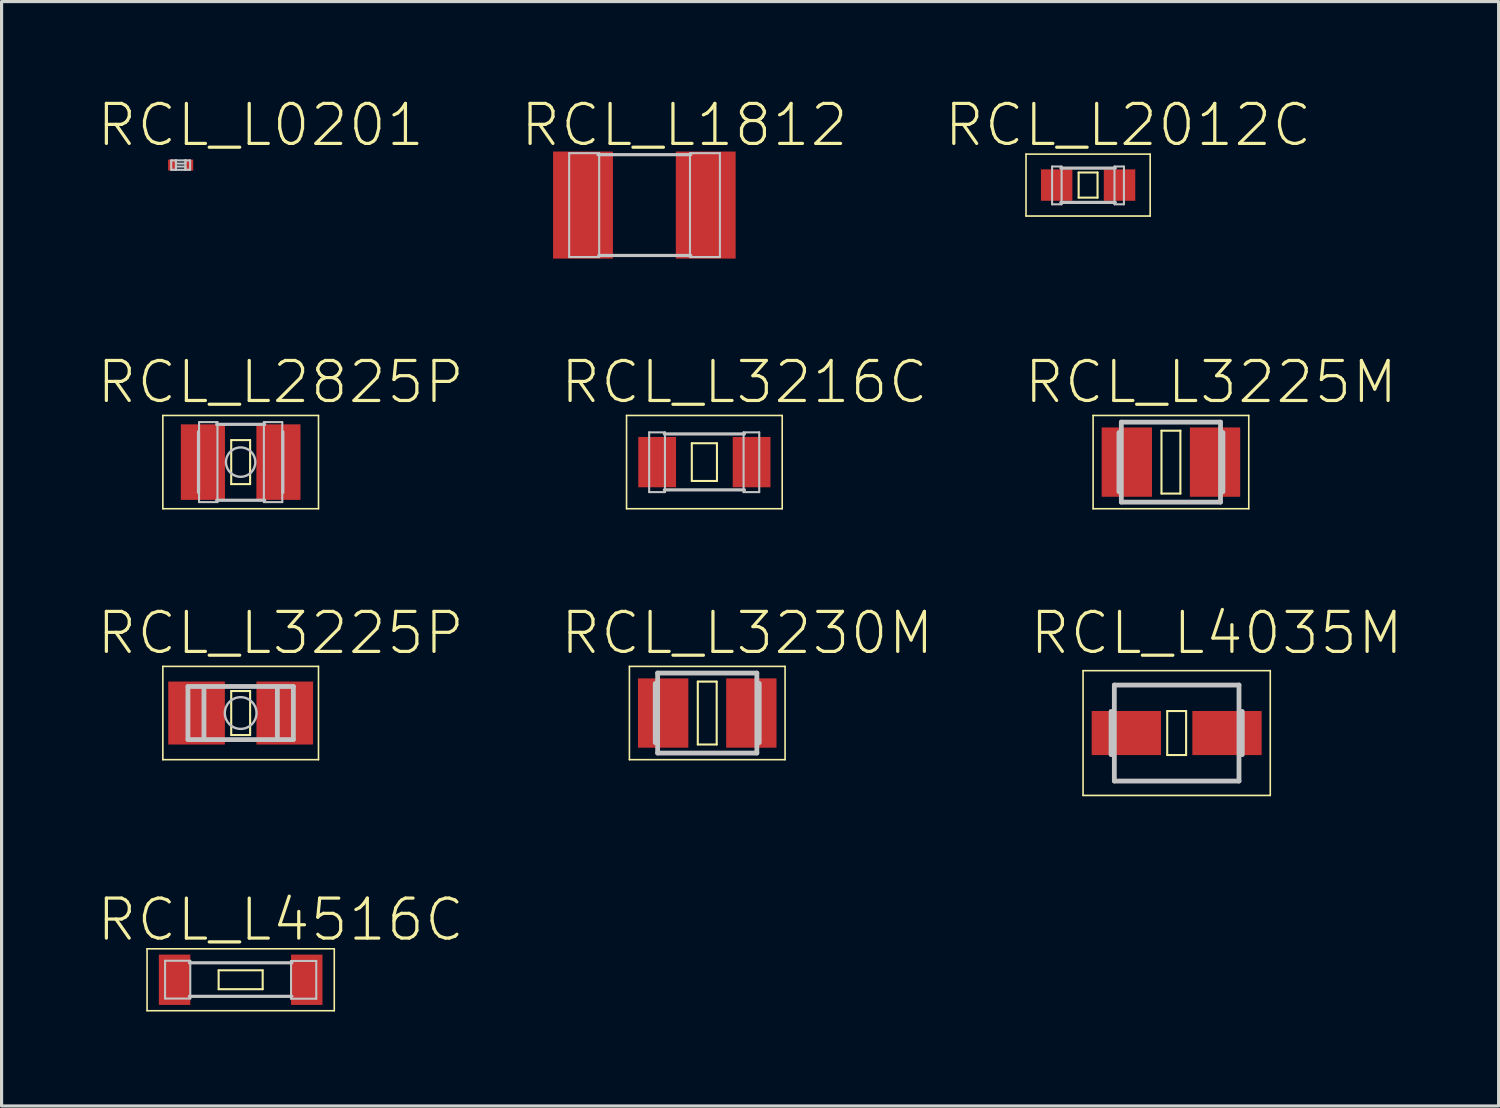
<source format=kicad_pcb>
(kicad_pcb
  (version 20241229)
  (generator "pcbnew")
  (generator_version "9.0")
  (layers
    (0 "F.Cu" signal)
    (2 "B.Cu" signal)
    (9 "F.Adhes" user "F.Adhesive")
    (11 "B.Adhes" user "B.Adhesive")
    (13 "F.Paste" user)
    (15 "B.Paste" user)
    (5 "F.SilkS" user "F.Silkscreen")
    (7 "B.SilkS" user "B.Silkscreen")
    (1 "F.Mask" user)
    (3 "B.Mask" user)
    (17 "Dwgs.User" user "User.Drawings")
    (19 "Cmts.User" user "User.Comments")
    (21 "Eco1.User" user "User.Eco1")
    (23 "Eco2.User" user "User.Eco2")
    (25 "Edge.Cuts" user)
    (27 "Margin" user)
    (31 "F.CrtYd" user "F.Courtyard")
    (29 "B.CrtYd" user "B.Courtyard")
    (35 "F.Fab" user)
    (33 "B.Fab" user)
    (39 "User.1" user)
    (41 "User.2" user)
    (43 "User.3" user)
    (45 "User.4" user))
  (footprint "RCL_L3225M"
    (layer "F.Cu")
    (at 34.127 11.622)
    (property "Reference" "RCL_L3225M" (at 1.27 -2.54 0) (layer "F.SilkS") (effects (font (size 1.27 1.27) (thickness 0.102))))
    (attr smd)
    (fp_line (start -2.471 -1.481) (end 2.471 -1.481) (stroke (width 0.051) (type solid)) (layer "F.SilkS"))
    (fp_line (start -2.471 1.481) (end -2.471 -1.481) (stroke (width 0.051) (type solid)) (layer "F.SilkS"))
    (fp_line (start -0.3 -0.998) (end 0.3 -0.998) (stroke (width 0.066) (type solid)) (layer "F.SilkS"))
    (fp_line (start -0.3 0.998) (end -0.3 -0.998) (stroke (width 0.066) (type solid)) (layer "F.SilkS"))
    (fp_line (start -0.3 0.998) (end 0.3 0.998) (stroke (width 0.066) (type solid)) (layer "F.SilkS"))
    (fp_line (start 0.3 0.998) (end 0.3 -0.998) (stroke (width 0.066) (type solid)) (layer "F.SilkS"))
    (fp_line (start 2.471 -1.481) (end 2.471 1.481) (stroke (width 0.051) (type solid)) (layer "F.SilkS"))
    (fp_line (start 2.471 1.481) (end -2.471 1.481) (stroke (width 0.051) (type solid)) (layer "F.SilkS"))
    (fp_line (start -1.651 -0.94) (end -1.651 0.94) (stroke (width 0.152) (type solid)) (layer "Dwgs.User"))
    (fp_line (start -1.575 -1.27) (end 1.575 -1.27) (stroke (width 0.152) (type solid)) (layer "Dwgs.User"))
    (fp_line (start -1.575 1.27) (end -1.575 -1.27) (stroke (width 0.152) (type solid)) (layer "Dwgs.User"))
    (fp_line (start 1.575 -1.27) (end 1.575 1.27) (stroke (width 0.152) (type solid)) (layer "Dwgs.User"))
    (fp_line (start 1.575 1.27) (end -1.575 1.27) (stroke (width 0.152) (type solid)) (layer "Dwgs.User"))
    (fp_line (start 1.651 -0.94) (end 1.651 0.94) (stroke (width 0.152) (type solid)) (layer "Dwgs.User"))
    (pad "1" smd rect (at -1.4 0) (size 1.598 2.2) (layers "F.Cu" "F.Mask" "F.Paste"))
    (pad "2" smd rect (at 1.4 0) (size 1.598 2.2) (layers "F.Cu" "F.Mask" "F.Paste")))
  (footprint "RCL_L3230M"
    (layer "F.Cu")
    (at 19.405 19.589)
    (property "Reference" "RCL_L3230M" (at 1.27 -2.54 0) (layer "F.SilkS") (effects (font (size 1.27 1.27) (thickness 0.102))))
    (attr smd)
    (fp_line (start -2.471 -1.481) (end 2.471 -1.481) (stroke (width 0.051) (type solid)) (layer "F.SilkS"))
    (fp_line (start -2.471 1.481) (end -2.471 -1.481) (stroke (width 0.051) (type solid)) (layer "F.SilkS"))
    (fp_line (start -0.3 -0.998) (end 0.3 -0.998) (stroke (width 0.066) (type solid)) (layer "F.SilkS"))
    (fp_line (start -0.3 0.998) (end -0.3 -0.998) (stroke (width 0.066) (type solid)) (layer "F.SilkS"))
    (fp_line (start -0.3 0.998) (end 0.3 0.998) (stroke (width 0.066) (type solid)) (layer "F.SilkS"))
    (fp_line (start 0.3 0.998) (end 0.3 -0.998) (stroke (width 0.066) (type solid)) (layer "F.SilkS"))
    (fp_line (start 2.471 -1.481) (end 2.471 1.481) (stroke (width 0.051) (type solid)) (layer "F.SilkS"))
    (fp_line (start 2.471 1.481) (end -2.471 1.481) (stroke (width 0.051) (type solid)) (layer "F.SilkS"))
    (fp_line (start -1.651 -0.94) (end -1.651 0.94) (stroke (width 0.152) (type solid)) (layer "Dwgs.User"))
    (fp_line (start -1.575 -1.27) (end 1.575 -1.27) (stroke (width 0.152) (type solid)) (layer "Dwgs.User"))
    (fp_line (start -1.575 1.27) (end -1.575 -1.27) (stroke (width 0.152) (type solid)) (layer "Dwgs.User"))
    (fp_line (start 1.575 -1.27) (end 1.575 1.27) (stroke (width 0.152) (type solid)) (layer "Dwgs.User"))
    (fp_line (start 1.575 1.27) (end -1.575 1.27) (stroke (width 0.152) (type solid)) (layer "Dwgs.User"))
    (fp_line (start 1.651 -0.94) (end 1.651 0.94) (stroke (width 0.152) (type solid)) (layer "Dwgs.User"))
    (pad "1" smd rect (at -1.4 0) (size 1.598 2.2) (layers "F.Cu" "F.Mask" "F.Paste"))
    (pad "2" smd rect (at 1.4 0) (size 1.598 2.2) (layers "F.Cu" "F.Mask" "F.Paste")))
  (footprint "RCL_L2012C"
    (layer "F.Cu")
    (at 31.497 2.826)
    (property "Reference" "RCL_L2012C" (at 1.27 -1.905 0) (layer "F.SilkS") (effects (font (size 1.27 1.27) (thickness 0.102))))
    (attr smd)
    (fp_line (start -1.971 -0.983) (end 1.971 -0.983) (stroke (width 0.051) (type solid)) (layer "F.SilkS"))
    (fp_line (start -1.971 0.983) (end -1.971 -0.983) (stroke (width 0.051) (type solid)) (layer "F.SilkS"))
    (fp_line (start -0.3 -0.399) (end 0.3 -0.399) (stroke (width 0.066) (type solid)) (layer "F.SilkS"))
    (fp_line (start -0.3 0.399) (end -0.3 -0.399) (stroke (width 0.066) (type solid)) (layer "F.SilkS"))
    (fp_line (start -0.3 0.399) (end 0.3 0.399) (stroke (width 0.066) (type solid)) (layer "F.SilkS"))
    (fp_line (start 0.3 0.399) (end 0.3 -0.399) (stroke (width 0.066) (type solid)) (layer "F.SilkS"))
    (fp_line (start 1.971 -0.983) (end 1.971 0.983) (stroke (width 0.051) (type solid)) (layer "F.SilkS"))
    (fp_line (start 1.971 0.983) (end -1.971 0.983) (stroke (width 0.051) (type solid)) (layer "F.SilkS"))
    (fp_line (start -1.143 -0.589) (end -0.841 -0.589) (stroke (width 0.066) (type solid)) (layer "Dwgs.User"))
    (fp_line (start -1.143 0.61) (end -1.143 -0.589) (stroke (width 0.066) (type solid)) (layer "Dwgs.User"))
    (fp_line (start -1.143 0.61) (end -0.841 0.61) (stroke (width 0.066) (type solid)) (layer "Dwgs.User"))
    (fp_line (start -0.864 -0.538) (end 0.864 -0.538) (stroke (width 0.102) (type solid)) (layer "Dwgs.User"))
    (fp_line (start -0.864 0.551) (end 0.864 0.551) (stroke (width 0.102) (type solid)) (layer "Dwgs.User"))
    (fp_line (start -0.841 0.61) (end -0.841 -0.589) (stroke (width 0.066) (type solid)) (layer "Dwgs.User"))
    (fp_line (start 0.838 -0.589) (end 1.138 -0.589) (stroke (width 0.066) (type solid)) (layer "Dwgs.User"))
    (fp_line (start 0.838 0.61) (end 0.838 -0.589) (stroke (width 0.066) (type solid)) (layer "Dwgs.User"))
    (fp_line (start 0.838 0.61) (end 1.138 0.61) (stroke (width 0.066) (type solid)) (layer "Dwgs.User"))
    (fp_line (start 1.138 0.61) (end 1.138 -0.589) (stroke (width 0.066) (type solid)) (layer "Dwgs.User"))
    (pad "1" smd rect (at -0.998 0) (size 0.998 0.998) (layers "F.Cu" "F.Mask" "F.Paste"))
    (pad "2" smd rect (at 0.998 0) (size 0.998 0.998) (layers "F.Cu" "F.Mask" "F.Paste")))
  (footprint "RCL_L3225P"
    (layer "F.Cu")
    (at 4.591 19.589)
    (property "Reference" "RCL_L3225P" (at 1.27 -2.54 0) (layer "F.SilkS") (effects (font (size 1.27 1.27) (thickness 0.102))))
    (attr smd)
    (fp_line (start -2.471 -1.481) (end 2.471 -1.481) (stroke (width 0.051) (type solid)) (layer "F.SilkS"))
    (fp_line (start -2.471 1.481) (end -2.471 -1.481) (stroke (width 0.051) (type solid)) (layer "F.SilkS"))
    (fp_line (start -0.3 -0.699) (end 0.3 -0.699) (stroke (width 0.066) (type solid)) (layer "F.SilkS"))
    (fp_line (start -0.3 0.699) (end -0.3 -0.699) (stroke (width 0.066) (type solid)) (layer "F.SilkS"))
    (fp_line (start -0.3 0.699) (end 0.3 0.699) (stroke (width 0.066) (type solid)) (layer "F.SilkS"))
    (fp_line (start 0.3 0.699) (end 0.3 -0.699) (stroke (width 0.066) (type solid)) (layer "F.SilkS"))
    (fp_line (start 2.471 -1.481) (end 2.471 1.481) (stroke (width 0.051) (type solid)) (layer "F.SilkS"))
    (fp_line (start 2.471 1.481) (end -2.471 1.481) (stroke (width 0.051) (type solid)) (layer "F.SilkS"))
    (fp_line (start -1.674 -0.843) (end 1.674 -0.843) (stroke (width 0.152) (type solid)) (layer "Dwgs.User"))
    (fp_line (start -1.674 -0.836) (end -1.674 0.836) (stroke (width 0.152) (type solid)) (layer "Dwgs.User"))
    (fp_line (start -1.166 -0.836) (end -1.166 0.836) (stroke (width 0.152) (type solid)) (layer "Dwgs.User"))
    (fp_line (start 1.166 -0.836) (end 1.166 0.836) (stroke (width 0.152) (type solid)) (layer "Dwgs.User"))
    (fp_line (start 1.674 -0.836) (end 1.674 0.836) (stroke (width 0.152) (type solid)) (layer "Dwgs.User"))
    (fp_line (start 1.674 0.843) (end -1.674 0.843) (stroke (width 0.152) (type solid)) (layer "Dwgs.User"))
    (fp_circle (center 0 0) (end -0.356 0.356) (stroke (width 0.076) (type solid)) (fill no) (layer "Dwgs.User"))
    (pad "1" smd rect (at -1.4 0) (size 1.798 1.999) (layers "F.Cu" "F.Mask" "F.Paste"))
    (pad "2" smd rect (at 1.4 0) (size 1.798 1.999) (layers "F.Cu" "F.Mask" "F.Paste")))
  (footprint "RCL_L4516C"
    (layer "F.Cu")
    (at 4.591 28.057)
    (property "Reference" "RCL_L4516C" (at 1.27 -1.905 0) (layer "F.SilkS") (effects (font (size 1.27 1.27) (thickness 0.102))))
    (attr smd)
    (fp_line (start -2.972 -0.983) (end 2.972 -0.983) (stroke (width 0.051) (type solid)) (layer "F.SilkS"))
    (fp_line (start -2.972 0.983) (end -2.972 -0.983) (stroke (width 0.051) (type solid)) (layer "F.SilkS"))
    (fp_line (start -0.699 -0.3) (end 0.699 -0.3) (stroke (width 0.066) (type solid)) (layer "F.SilkS"))
    (fp_line (start -0.699 0.3) (end -0.699 -0.3) (stroke (width 0.066) (type solid)) (layer "F.SilkS"))
    (fp_line (start -0.699 0.3) (end 0.699 0.3) (stroke (width 0.066) (type solid)) (layer "F.SilkS"))
    (fp_line (start 0.699 0.3) (end 0.699 -0.3) (stroke (width 0.066) (type solid)) (layer "F.SilkS"))
    (fp_line (start 2.972 -0.983) (end 2.972 0.983) (stroke (width 0.051) (type solid)) (layer "F.SilkS"))
    (fp_line (start 2.972 0.983) (end -2.972 0.983) (stroke (width 0.051) (type solid)) (layer "F.SilkS"))
    (fp_line (start -2.4 -0.602) (end -1.6 -0.602) (stroke (width 0.066) (type solid)) (layer "Dwgs.User"))
    (fp_line (start -2.4 0.597) (end -2.4 -0.602) (stroke (width 0.066) (type solid)) (layer "Dwgs.User"))
    (fp_line (start -2.4 0.597) (end -1.6 0.597) (stroke (width 0.066) (type solid)) (layer "Dwgs.User"))
    (fp_line (start -1.626 -0.538) (end 1.626 -0.538) (stroke (width 0.102) (type solid)) (layer "Dwgs.User"))
    (fp_line (start -1.626 0.526) (end 1.626 0.526) (stroke (width 0.102) (type solid)) (layer "Dwgs.User"))
    (fp_line (start -1.6 0.597) (end -1.6 -0.602) (stroke (width 0.066) (type solid)) (layer "Dwgs.User"))
    (fp_line (start 1.6 -0.597) (end 2.4 -0.597) (stroke (width 0.066) (type solid)) (layer "Dwgs.User"))
    (fp_line (start 1.6 0.602) (end 1.6 -0.597) (stroke (width 0.066) (type solid)) (layer "Dwgs.User"))
    (fp_line (start 1.6 0.602) (end 2.4 0.602) (stroke (width 0.066) (type solid)) (layer "Dwgs.User"))
    (fp_line (start 2.4 0.602) (end 2.4 -0.597) (stroke (width 0.066) (type solid)) (layer "Dwgs.User"))
    (pad "1" smd rect (at -2.098 0) (size 0.998 1.598) (layers "F.Cu" "F.Mask" "F.Paste"))
    (pad "2" smd rect (at 2.098 0) (size 0.998 1.598) (layers "F.Cu" "F.Mask" "F.Paste")))
  (footprint "RCL_L0201"
    (layer "F.Cu")
    (at 2.686 2.191)
    (property "Reference" "RCL_L0201" (at 2.54 -1.27 0) (layer "F.SilkS") (effects (font (size 1.27 1.27) (thickness 0.102))))
    (attr smd)
    (fp_line (start -0.3 -0.15) (end -0.15 -0.15) (stroke (width 0.066) (type solid)) (layer "Dwgs.User"))
    (fp_line (start -0.3 0.15) (end -0.3 -0.15) (stroke (width 0.066) (type solid)) (layer "Dwgs.User"))
    (fp_line (start -0.3 0.15) (end -0.15 0.15) (stroke (width 0.066) (type solid)) (layer "Dwgs.User"))
    (fp_line (start -0.15 -0.15) (end 0.15 -0.15) (stroke (width 0.066) (type solid)) (layer "Dwgs.User"))
    (fp_line (start -0.15 -0.048) (end -0.15 -0.15) (stroke (width 0.066) (type solid)) (layer "Dwgs.User"))
    (fp_line (start -0.15 -0.048) (end 0.15 -0.048) (stroke (width 0.066) (type solid)) (layer "Dwgs.User"))
    (fp_line (start -0.15 0.048) (end 0.15 0.048) (stroke (width 0.066) (type solid)) (layer "Dwgs.User"))
    (fp_line (start -0.15 0.15) (end -0.15 -0.15) (stroke (width 0.066) (type solid)) (layer "Dwgs.User"))
    (fp_line (start -0.15 0.15) (end -0.15 0.048) (stroke (width 0.066) (type solid)) (layer "Dwgs.User"))
    (fp_line (start -0.15 0.15) (end 0.15 0.15) (stroke (width 0.066) (type solid)) (layer "Dwgs.User"))
    (fp_line (start 0.15 -0.15) (end 0.3 -0.15) (stroke (width 0.066) (type solid)) (layer "Dwgs.User"))
    (fp_line (start 0.15 -0.048) (end 0.15 -0.15) (stroke (width 0.066) (type solid)) (layer "Dwgs.User"))
    (fp_line (start 0.15 0.15) (end 0.15 -0.15) (stroke (width 0.066) (type solid)) (layer "Dwgs.User"))
    (fp_line (start 0.15 0.15) (end 0.15 0.048) (stroke (width 0.066) (type solid)) (layer "Dwgs.User"))
    (fp_line (start 0.15 0.15) (end 0.3 0.15) (stroke (width 0.066) (type solid)) (layer "Dwgs.User"))
    (fp_line (start 0.3 0.15) (end 0.3 -0.15) (stroke (width 0.066) (type solid)) (layer "Dwgs.User"))
    (pad "1" smd rect (at -0.274 0) (size 0.249 0.348) (layers "F.Cu" "F.Mask" "F.Paste"))
    (pad "2" smd rect (at 0.274 0) (size 0.249 0.348) (layers "F.Cu" "F.Mask" "F.Paste")))
  (footprint "RCL_L3216C"
    (layer "F.Cu")
    (at 19.314 11.622)
    (property "Reference" "RCL_L3216C" (at 1.27 -2.54 0) (layer "F.SilkS") (effects (font (size 1.27 1.27) (thickness 0.102))))
    (attr smd)
    (fp_line (start -2.471 -1.481) (end 2.471 -1.481) (stroke (width 0.051) (type solid)) (layer "F.SilkS"))
    (fp_line (start -2.471 1.481) (end -2.471 -1.481) (stroke (width 0.051) (type solid)) (layer "F.SilkS"))
    (fp_line (start -0.399 -0.599) (end 0.399 -0.599) (stroke (width 0.066) (type solid)) (layer "F.SilkS"))
    (fp_line (start -0.399 0.599) (end -0.399 -0.599) (stroke (width 0.066) (type solid)) (layer "F.SilkS"))
    (fp_line (start -0.399 0.599) (end 0.399 0.599) (stroke (width 0.066) (type solid)) (layer "F.SilkS"))
    (fp_line (start 0.399 0.599) (end 0.399 -0.599) (stroke (width 0.066) (type solid)) (layer "F.SilkS"))
    (fp_line (start 2.471 -1.481) (end 2.471 1.481) (stroke (width 0.051) (type solid)) (layer "F.SilkS"))
    (fp_line (start 2.471 1.481) (end -2.471 1.481) (stroke (width 0.051) (type solid)) (layer "F.SilkS"))
    (fp_line (start -1.753 -0.945) (end -1.252 -0.945) (stroke (width 0.066) (type solid)) (layer "Dwgs.User"))
    (fp_line (start -1.753 0.953) (end -1.753 -0.945) (stroke (width 0.066) (type solid)) (layer "Dwgs.User"))
    (fp_line (start -1.753 0.953) (end -1.252 0.953) (stroke (width 0.066) (type solid)) (layer "Dwgs.User"))
    (fp_line (start -1.27 -0.894) (end 1.27 -0.894) (stroke (width 0.102) (type solid)) (layer "Dwgs.User"))
    (fp_line (start -1.27 0.881) (end 1.27 0.881) (stroke (width 0.102) (type solid)) (layer "Dwgs.User"))
    (fp_line (start -1.252 0.953) (end -1.252 -0.945) (stroke (width 0.066) (type solid)) (layer "Dwgs.User"))
    (fp_line (start 1.245 -0.945) (end 1.742 -0.945) (stroke (width 0.066) (type solid)) (layer "Dwgs.User"))
    (fp_line (start 1.245 0.953) (end 1.245 -0.945) (stroke (width 0.066) (type solid)) (layer "Dwgs.User"))
    (fp_line (start 1.245 0.953) (end 1.742 0.953) (stroke (width 0.066) (type solid)) (layer "Dwgs.User"))
    (fp_line (start 1.742 0.953) (end 1.742 -0.945) (stroke (width 0.066) (type solid)) (layer "Dwgs.User"))
    (pad "1" smd rect (at -1.499 0) (size 1.199 1.598) (layers "F.Cu" "F.Mask" "F.Paste"))
    (pad "2" smd rect (at 1.499 0) (size 1.199 1.598) (layers "F.Cu" "F.Mask" "F.Paste")))
  (footprint "RCL_L1812"
    (layer "F.Cu")
    (at 17.409 3.461)
    (property "Reference" "RCL_L1812" (at 1.27 -2.54 0) (layer "F.SilkS") (effects (font (size 1.27 1.27) (thickness 0.102))))
    (attr smd)
    (fp_line (start -2.388 -1.648) (end -1.435 -1.648) (stroke (width 0.066) (type solid)) (layer "Dwgs.User"))
    (fp_line (start -2.388 1.651) (end -2.388 -1.648) (stroke (width 0.066) (type solid)) (layer "Dwgs.User"))
    (fp_line (start -2.388 1.651) (end -1.435 1.651) (stroke (width 0.066) (type solid)) (layer "Dwgs.User"))
    (fp_line (start -1.473 -1.6) (end 1.473 -1.6) (stroke (width 0.102) (type solid)) (layer "Dwgs.User"))
    (fp_line (start -1.448 1.6) (end 1.473 1.6) (stroke (width 0.102) (type solid)) (layer "Dwgs.User"))
    (fp_line (start -1.435 1.651) (end -1.435 -1.648) (stroke (width 0.066) (type solid)) (layer "Dwgs.User"))
    (fp_line (start 1.448 -1.648) (end 2.398 -1.648) (stroke (width 0.066) (type solid)) (layer "Dwgs.User"))
    (fp_line (start 1.448 1.651) (end 1.448 -1.648) (stroke (width 0.066) (type solid)) (layer "Dwgs.User"))
    (fp_line (start 1.448 1.651) (end 2.398 1.651) (stroke (width 0.066) (type solid)) (layer "Dwgs.User"))
    (fp_line (start 2.398 1.651) (end 2.398 -1.648) (stroke (width 0.066) (type solid)) (layer "Dwgs.User"))
    (pad "1" smd rect (at -1.948 0) (size 1.9 3.399) (layers "F.Cu" "F.Mask" "F.Paste"))
    (pad "2" smd rect (at 1.948 0) (size 1.9 3.399) (layers "F.Cu" "F.Mask" "F.Paste")))
  (footprint "RCL_L2825P"
    (layer "F.Cu")
    (at 4.591 11.622)
    (property "Reference" "RCL_L2825P" (at 1.27 -2.54 0) (layer "F.SilkS") (effects (font (size 1.27 1.27) (thickness 0.102))))
    (attr smd)
    (fp_line (start -2.471 -1.481) (end 2.471 -1.481) (stroke (width 0.051) (type solid)) (layer "F.SilkS"))
    (fp_line (start -2.471 1.481) (end -2.471 -1.481) (stroke (width 0.051) (type solid)) (layer "F.SilkS"))
    (fp_line (start -0.3 -0.699) (end 0.3 -0.699) (stroke (width 0.066) (type solid)) (layer "F.SilkS"))
    (fp_line (start -0.3 0.699) (end -0.3 -0.699) (stroke (width 0.066) (type solid)) (layer "F.SilkS"))
    (fp_line (start -0.3 0.699) (end 0.3 0.699) (stroke (width 0.066) (type solid)) (layer "F.SilkS"))
    (fp_line (start 0.3 0.699) (end 0.3 -0.699) (stroke (width 0.066) (type solid)) (layer "F.SilkS"))
    (fp_line (start 2.471 -1.481) (end 2.471 1.481) (stroke (width 0.051) (type solid)) (layer "F.SilkS"))
    (fp_line (start 2.471 1.481) (end -2.471 1.481) (stroke (width 0.051) (type solid)) (layer "F.SilkS"))
    (fp_line (start -1.339 -0.963) (end -1.339 0.963) (stroke (width 0.102) (type solid)) (layer "Dwgs.User"))
    (fp_line (start -1.321 -1.27) (end -0.737 -1.27) (stroke (width 0.066) (type solid)) (layer "Dwgs.User"))
    (fp_line (start -1.321 1.27) (end -1.321 -1.27) (stroke (width 0.066) (type solid)) (layer "Dwgs.User"))
    (fp_line (start -1.321 1.27) (end -0.737 1.27) (stroke (width 0.066) (type solid)) (layer "Dwgs.User"))
    (fp_line (start -0.762 -1.199) (end 0.762 -1.199) (stroke (width 0.102) (type solid)) (layer "Dwgs.User"))
    (fp_line (start -0.762 1.212) (end 0.762 1.212) (stroke (width 0.102) (type solid)) (layer "Dwgs.User"))
    (fp_line (start -0.737 1.27) (end -0.737 -1.27) (stroke (width 0.066) (type solid)) (layer "Dwgs.User"))
    (fp_line (start 0.737 -1.27) (end 1.321 -1.27) (stroke (width 0.066) (type solid)) (layer "Dwgs.User"))
    (fp_line (start 0.737 1.27) (end 0.737 -1.27) (stroke (width 0.066) (type solid)) (layer "Dwgs.User"))
    (fp_line (start 0.737 1.27) (end 1.321 1.27) (stroke (width 0.066) (type solid)) (layer "Dwgs.User"))
    (fp_line (start 1.321 1.27) (end 1.321 -1.27) (stroke (width 0.066) (type solid)) (layer "Dwgs.User"))
    (fp_line (start 1.339 0.963) (end 1.339 -0.963) (stroke (width 0.102) (type solid)) (layer "Dwgs.User"))
    (fp_circle (center 0 0) (end -0.33 0.33) (stroke (width 0.076) (type solid)) (fill no) (layer "Dwgs.User"))
    (pad "1" smd rect (at -1.199 0) (size 1.4 2.398) (layers "F.Cu" "F.Mask" "F.Paste"))
    (pad "2" smd rect (at 1.199 0) (size 1.4 2.398) (layers "F.Cu" "F.Mask" "F.Paste")))
  (footprint "RCL_L4035M"
    (layer "F.Cu")
    (at 34.309 20.224)
    (property "Reference" "RCL_L4035M" (at 1.27 -3.175 0) (layer "F.SilkS") (effects (font (size 1.27 1.27) (thickness 0.102))))
    (attr smd)
    (fp_line (start -2.972 -1.981) (end 2.972 -1.981) (stroke (width 0.051) (type solid)) (layer "F.SilkS"))
    (fp_line (start -2.972 1.981) (end -2.972 -1.981) (stroke (width 0.051) (type solid)) (layer "F.SilkS"))
    (fp_line (start -0.3 -0.699) (end 0.3 -0.699) (stroke (width 0.066) (type solid)) (layer "F.SilkS"))
    (fp_line (start -0.3 0.699) (end -0.3 -0.699) (stroke (width 0.066) (type solid)) (layer "F.SilkS"))
    (fp_line (start -0.3 0.699) (end 0.3 0.699) (stroke (width 0.066) (type solid)) (layer "F.SilkS"))
    (fp_line (start 0.3 0.699) (end 0.3 -0.699) (stroke (width 0.066) (type solid)) (layer "F.SilkS"))
    (fp_line (start 2.972 -1.981) (end 2.972 1.981) (stroke (width 0.051) (type solid)) (layer "F.SilkS"))
    (fp_line (start 2.972 1.981) (end -2.972 1.981) (stroke (width 0.051) (type solid)) (layer "F.SilkS"))
    (fp_line (start -2.083 -0.686) (end -2.083 0.686) (stroke (width 0.152) (type solid)) (layer "Dwgs.User"))
    (fp_line (start -1.979 -1.524) (end -1.979 1.524) (stroke (width 0.152) (type solid)) (layer "Dwgs.User"))
    (fp_line (start -1.979 1.524) (end 1.979 1.524) (stroke (width 0.152) (type solid)) (layer "Dwgs.User"))
    (fp_line (start 1.979 -1.524) (end -1.979 -1.524) (stroke (width 0.152) (type solid)) (layer "Dwgs.User"))
    (fp_line (start 1.979 1.524) (end 1.979 -1.524) (stroke (width 0.152) (type solid)) (layer "Dwgs.User"))
    (fp_line (start 2.083 -0.686) (end 2.083 0.686) (stroke (width 0.152) (type solid)) (layer "Dwgs.User"))
    (pad "1" smd rect (at -1.598 0) (size 2.2 1.4) (layers "F.Cu" "F.Mask" "F.Paste"))
    (pad "2" smd rect (at 1.598 0) (size 2.2 1.4) (layers "F.Cu" "F.Mask" "F.Paste")))
  (gr_rect
    (start -3 -3)
    (end 44.531 32.065)
    (stroke (width 0.1) (type default))
    (fill no)
    (layer "Edge.Cuts")))
</source>
